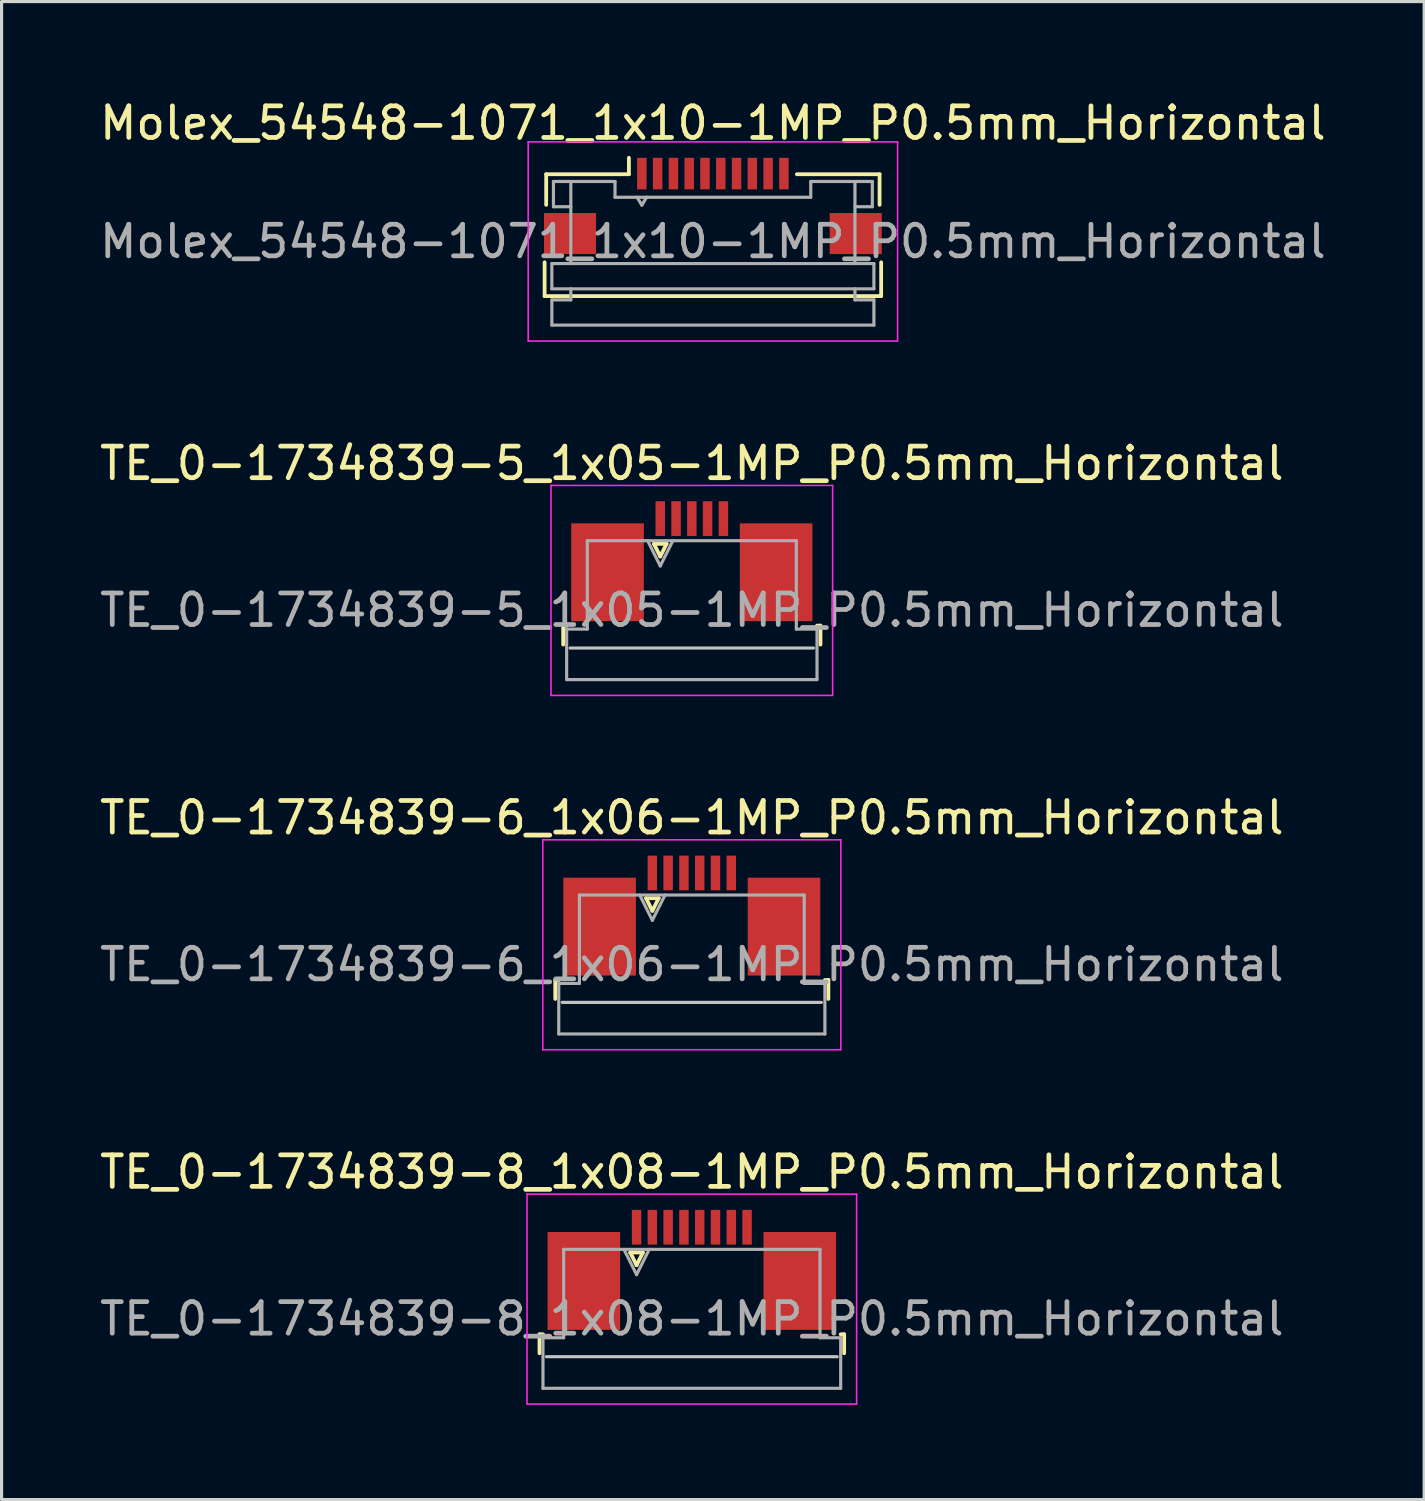
<source format=kicad_pcb>
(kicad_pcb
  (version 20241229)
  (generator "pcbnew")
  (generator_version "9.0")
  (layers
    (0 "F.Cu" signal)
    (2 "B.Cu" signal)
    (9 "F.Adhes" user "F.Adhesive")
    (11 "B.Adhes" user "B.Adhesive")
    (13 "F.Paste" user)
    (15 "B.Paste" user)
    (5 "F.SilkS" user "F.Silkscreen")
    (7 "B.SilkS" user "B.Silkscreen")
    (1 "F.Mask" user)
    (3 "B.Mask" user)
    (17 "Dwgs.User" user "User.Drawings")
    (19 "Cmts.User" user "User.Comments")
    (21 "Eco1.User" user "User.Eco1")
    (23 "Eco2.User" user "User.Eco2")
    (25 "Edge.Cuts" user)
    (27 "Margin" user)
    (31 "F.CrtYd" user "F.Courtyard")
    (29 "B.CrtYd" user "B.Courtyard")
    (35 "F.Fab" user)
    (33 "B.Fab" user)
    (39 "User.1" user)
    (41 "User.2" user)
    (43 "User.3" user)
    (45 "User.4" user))
  (footprint "Molex_54548-1071_1x10-1MP_P0.5mm_Horizontal"
    (layer "F.Cu")
    (at 19.53 3.473)
    (property "Reference" "Molex_54548-1071_1x10-1MP_P0.5mm_Horizontal" (at 0 -2.625 0) (layer "F.SilkS") (effects (font (size 1 1) (thickness 0.15))))
    (attr smd)
    (fp_line (start -5.33 1.785) (end -5.33 2.855) (stroke (width 0.12) (type solid)) (layer "F.SilkS"))
    (fp_line (start -5.33 2.855) (end 5.33 2.855) (stroke (width 0.12) (type solid)) (layer "F.SilkS"))
    (fp_line (start -5.28 -1.005) (end -5.28 -0.035) (stroke (width 0.12) (type solid)) (layer "F.SilkS"))
    (fp_line (start -2.66 -1.525) (end -2.66 -1.005) (stroke (width 0.12) (type solid)) (layer "F.SilkS"))
    (fp_line (start -2.66 -1.005) (end -5.28 -1.005) (stroke (width 0.12) (type solid)) (layer "F.SilkS"))
    (fp_line (start 5.28 -1.005) (end 2.66 -1.005) (stroke (width 0.12) (type solid)) (layer "F.SilkS"))
    (fp_line (start 5.28 -0.035) (end 5.28 -1.005) (stroke (width 0.12) (type solid)) (layer "F.SilkS"))
    (fp_line (start 5.33 2.855) (end 5.33 1.785) (stroke (width 0.12) (type solid)) (layer "F.SilkS"))
    (fp_line (start -5.85 -2.03) (end 5.85 -2.03) (stroke (width 0.05) (type solid)) (layer "F.CrtYd"))
    (fp_line (start -5.85 4.28) (end -5.85 -2.03) (stroke (width 0.05) (type solid)) (layer "F.CrtYd"))
    (fp_line (start 5.85 -2.03) (end 5.85 4.28) (stroke (width 0.05) (type solid)) (layer "F.CrtYd"))
    (fp_line (start 5.85 4.28) (end -5.85 4.28) (stroke (width 0.05) (type solid)) (layer "F.CrtYd"))
    (fp_line (start -5.1 1.825) (end -5.1 2.625) (stroke (width 0.1) (type solid)) (layer "F.Fab"))
    (fp_line (start -5.1 2.625) (end 5.1 2.625) (stroke (width 0.1) (type solid)) (layer "F.Fab"))
    (fp_line (start -5.1 2.975) (end -5.1 3.775) (stroke (width 0.1) (type solid)) (layer "F.Fab"))
    (fp_line (start -5.1 3.775) (end 5.1 3.775) (stroke (width 0.1) (type solid)) (layer "F.Fab"))
    (fp_line (start -5.05 -0.775) (end -5.05 0.025) (stroke (width 0.1) (type solid)) (layer "F.Fab"))
    (fp_line (start -5.05 -0.775) (end -3.1 -0.775) (stroke (width 0.1) (type solid)) (layer "F.Fab"))
    (fp_line (start -5.05 0.025) (end -4.5 0.025) (stroke (width 0.1) (type solid)) (layer "F.Fab"))
    (fp_line (start -4.5 1.825) (end -4.5 -0.775) (stroke (width 0.1) (type solid)) (layer "F.Fab"))
    (fp_line (start -4.5 2.625) (end -4.5 2.975) (stroke (width 0.1) (type solid)) (layer "F.Fab"))
    (fp_line (start -4.5 2.975) (end -5.1 2.975) (stroke (width 0.1) (type solid)) (layer "F.Fab"))
    (fp_line (start -3.1 -0.775) (end -3.1 -0.275) (stroke (width 0.1) (type solid)) (layer "F.Fab"))
    (fp_line (start -3.1 -0.275) (end 3.1 -0.275) (stroke (width 0.1) (type solid)) (layer "F.Fab"))
    (fp_line (start -2.4 -0.275) (end -2.25 -0.025) (stroke (width 0.1) (type solid)) (layer "F.Fab"))
    (fp_line (start -2.25 -0.025) (end -2.1 -0.275) (stroke (width 0.1) (type solid)) (layer "F.Fab"))
    (fp_line (start 3.1 -0.775) (end 5.05 -0.775) (stroke (width 0.1) (type solid)) (layer "F.Fab"))
    (fp_line (start 3.1 -0.275) (end 3.1 -0.775) (stroke (width 0.1) (type solid)) (layer "F.Fab"))
    (fp_line (start 4.5 -0.775) (end 4.5 1.825) (stroke (width 0.1) (type solid)) (layer "F.Fab"))
    (fp_line (start 4.5 2.975) (end 4.5 2.625) (stroke (width 0.1) (type solid)) (layer "F.Fab"))
    (fp_line (start 5.05 -0.775) (end 5.05 0.025) (stroke (width 0.1) (type solid)) (layer "F.Fab"))
    (fp_line (start 5.05 0.025) (end 4.5 0.025) (stroke (width 0.1) (type solid)) (layer "F.Fab"))
    (fp_line (start 5.1 1.825) (end -5.1 1.825) (stroke (width 0.1) (type solid)) (layer "F.Fab"))
    (fp_line (start 5.1 2.625) (end 5.1 1.825) (stroke (width 0.1) (type solid)) (layer "F.Fab"))
    (fp_line (start 5.1 2.975) (end 4.5 2.975) (stroke (width 0.1) (type solid)) (layer "F.Fab"))
    (fp_line (start 5.1 3.775) (end 5.1 2.975) (stroke (width 0.1) (type solid)) (layer "F.Fab"))
    (fp_text user "${REFERENCE}" (at 0 1.125 0) (layer "F.Fab") (effects (font (size 1 1) (thickness 0.15))))
    (pad "1" smd rect (at -2.25 -1.025) (size 0.3 1) (layers "F.Cu" "F.Mask" "F.Paste"))
    (pad "2" smd rect (at -1.75 -1.025) (size 0.3 1) (layers "F.Cu" "F.Mask" "F.Paste"))
    (pad "3" smd rect (at -1.25 -1.025) (size 0.3 1) (layers "F.Cu" "F.Mask" "F.Paste"))
    (pad "4" smd rect (at -0.75 -1.025) (size 0.3 1) (layers "F.Cu" "F.Mask" "F.Paste"))
    (pad "5" smd rect (at -0.25 -1.025) (size 0.3 1) (layers "F.Cu" "F.Mask" "F.Paste"))
    (pad "6" smd rect (at 0.25 -1.025) (size 0.3 1) (layers "F.Cu" "F.Mask" "F.Paste"))
    (pad "7" smd rect (at 0.75 -1.025) (size 0.3 1) (layers "F.Cu" "F.Mask" "F.Paste"))
    (pad "8" smd rect (at 1.25 -1.025) (size 0.3 1) (layers "F.Cu" "F.Mask" "F.Paste"))
    (pad "9" smd rect (at 1.75 -1.025) (size 0.3 1) (layers "F.Cu" "F.Mask" "F.Paste"))
    (pad "10" smd rect (at 2.25 -1.025) (size 0.3 1) (layers "F.Cu" "F.Mask" "F.Paste"))
    (pad "MP" smd rect (at -4.525 0.875) (size 1.65 1.3) (layers "F.Cu" "F.Mask" "F.Paste"))
    (pad "MP" smd rect (at 4.525 0.875) (size 1.65 1.3) (layers "F.Cu" "F.Mask" "F.Paste")))
  (footprint "TE_0-1734839-8_1x08-1MP_P0.5mm_Horizontal"
    (layer "F.Cu")
    (at 18.863 37.173)
    (property "Reference" "TE_0-1734839-8_1x08-1MP_P0.5mm_Horizontal" (at 0 -3.1 0) (layer "F.SilkS") (effects (font (size 1 1) (thickness 0.15))))
    (attr smd)
    (fp_line (start -4.825 2.04) (end -4.825 2.64) (stroke (width 0.12) (type solid)) (layer "F.SilkS"))
    (fp_line (start -4.715 2.04) (end -4.825 2.04) (stroke (width 0.12) (type solid)) (layer "F.SilkS"))
    (fp_line (start -1.95 -0.55) (end -1.75 -0.15) (stroke (width 0.12) (type solid)) (layer "F.SilkS"))
    (fp_line (start -1.75 -0.15) (end -1.55 -0.55) (stroke (width 0.12) (type solid)) (layer "F.SilkS"))
    (fp_line (start -1.55 -0.55) (end -1.95 -0.55) (stroke (width 0.12) (type solid)) (layer "F.SilkS"))
    (fp_line (start 4.715 2.04) (end 4.825 2.04) (stroke (width 0.12) (type solid)) (layer "F.SilkS"))
    (fp_line (start 4.825 2.04) (end 4.825 2.64) (stroke (width 0.12) (type solid)) (layer "F.SilkS"))
    (fp_line (start 4.605 2.75) (end -4.605 2.75) (stroke (width 0.1) (type solid)) (layer "Dwgs.User"))
    (fp_line (start -5.22 -2.4) (end -5.22 4.25) (stroke (width 0.05) (type solid)) (layer "F.CrtYd"))
    (fp_line (start -5.22 4.25) (end 5.22 4.25) (stroke (width 0.05) (type solid)) (layer "F.CrtYd"))
    (fp_line (start 5.22 -2.4) (end -5.22 -2.4) (stroke (width 0.05) (type solid)) (layer "F.CrtYd"))
    (fp_line (start 5.22 4.25) (end 5.22 -2.4) (stroke (width 0.05) (type solid)) (layer "F.CrtYd"))
    (fp_line (start -4.715 2.15) (end -4.06 2.15) (stroke (width 0.1) (type solid)) (layer "F.Fab"))
    (fp_line (start -4.715 3.75) (end -4.715 2.15) (stroke (width 0.1) (type solid)) (layer "F.Fab"))
    (fp_line (start -4.06 -0.65) (end 4.06 -0.65) (stroke (width 0.1) (type solid)) (layer "F.Fab"))
    (fp_line (start -4.06 2.15) (end -4.06 -0.65) (stroke (width 0.1) (type solid)) (layer "F.Fab"))
    (fp_line (start -2.15 -0.65) (end -1.75 0.15) (stroke (width 0.1) (type solid)) (layer "F.Fab"))
    (fp_line (start -1.75 0.15) (end -1.35 -0.65) (stroke (width 0.1) (type solid)) (layer "F.Fab"))
    (fp_line (start 4.06 -0.65) (end 4.06 2.15) (stroke (width 0.1) (type solid)) (layer "F.Fab"))
    (fp_line (start 4.06 2.15) (end 4.715 2.15) (stroke (width 0.1) (type solid)) (layer "F.Fab"))
    (fp_line (start 4.715 2.15) (end 4.715 3.75) (stroke (width 0.1) (type solid)) (layer "F.Fab"))
    (fp_line (start 4.715 3.75) (end -4.715 3.75) (stroke (width 0.1) (type solid)) (layer "F.Fab"))
    (fp_text user "${REFERENCE}" (at 0 1.55 0) (layer "F.Fab") (effects (font (size 1 1) (thickness 0.15))))
    (pad "1" smd rect (at -1.75 -1.35) (size 0.3 1.1) (layers "F.Cu" "F.Mask" "F.Paste"))
    (pad "2" smd rect (at -1.25 -1.35) (size 0.3 1.1) (layers "F.Cu" "F.Mask" "F.Paste"))
    (pad "3" smd rect (at -0.75 -1.35) (size 0.3 1.1) (layers "F.Cu" "F.Mask" "F.Paste"))
    (pad "4" smd rect (at -0.25 -1.35) (size 0.3 1.1) (layers "F.Cu" "F.Mask" "F.Paste"))
    (pad "5" smd rect (at 0.25 -1.35) (size 0.3 1.1) (layers "F.Cu" "F.Mask" "F.Paste"))
    (pad "6" smd rect (at 0.75 -1.35) (size 0.3 1.1) (layers "F.Cu" "F.Mask" "F.Paste"))
    (pad "7" smd rect (at 1.25 -1.35) (size 0.3 1.1) (layers "F.Cu" "F.Mask" "F.Paste"))
    (pad "8" smd rect (at 1.75 -1.35) (size 0.3 1.1) (layers "F.Cu" "F.Mask" "F.Paste"))
    (pad "MP" smd rect (at -3.42 0.35) (size 2.3 3.1) (layers "F.Cu" "F.Mask" "F.Paste"))
    (pad "MP" smd rect (at 3.42 0.35) (size 2.3 3.1) (layers "F.Cu" "F.Mask" "F.Paste")))
  (footprint "TE_0-1734839-6_1x06-1MP_P0.5mm_Horizontal"
    (layer "F.Cu")
    (at 18.863 25.95)
    (property "Reference" "TE_0-1734839-6_1x06-1MP_P0.5mm_Horizontal" (at 0 -3.1 0) (layer "F.SilkS") (effects (font (size 1 1) (thickness 0.15))))
    (attr smd)
    (fp_line (start -4.325 2.04) (end -4.325 2.64) (stroke (width 0.12) (type solid)) (layer "F.SilkS"))
    (fp_line (start -4.215 2.04) (end -4.325 2.04) (stroke (width 0.12) (type solid)) (layer "F.SilkS"))
    (fp_line (start -1.45 -0.55) (end -1.25 -0.15) (stroke (width 0.12) (type solid)) (layer "F.SilkS"))
    (fp_line (start -1.25 -0.15) (end -1.05 -0.55) (stroke (width 0.12) (type solid)) (layer "F.SilkS"))
    (fp_line (start -1.05 -0.55) (end -1.45 -0.55) (stroke (width 0.12) (type solid)) (layer "F.SilkS"))
    (fp_line (start 4.215 2.04) (end 4.325 2.04) (stroke (width 0.12) (type solid)) (layer "F.SilkS"))
    (fp_line (start 4.325 2.04) (end 4.325 2.64) (stroke (width 0.12) (type solid)) (layer "F.SilkS"))
    (fp_line (start 4.105 2.75) (end -4.105 2.75) (stroke (width 0.1) (type solid)) (layer "Dwgs.User"))
    (fp_line (start -4.72 -2.4) (end -4.72 4.25) (stroke (width 0.05) (type solid)) (layer "F.CrtYd"))
    (fp_line (start -4.72 4.25) (end 4.72 4.25) (stroke (width 0.05) (type solid)) (layer "F.CrtYd"))
    (fp_line (start 4.72 -2.4) (end -4.72 -2.4) (stroke (width 0.05) (type solid)) (layer "F.CrtYd"))
    (fp_line (start 4.72 4.25) (end 4.72 -2.4) (stroke (width 0.05) (type solid)) (layer "F.CrtYd"))
    (fp_line (start -4.215 2.15) (end -3.56 2.15) (stroke (width 0.1) (type solid)) (layer "F.Fab"))
    (fp_line (start -4.215 3.75) (end -4.215 2.15) (stroke (width 0.1) (type solid)) (layer "F.Fab"))
    (fp_line (start -3.56 -0.65) (end 3.56 -0.65) (stroke (width 0.1) (type solid)) (layer "F.Fab"))
    (fp_line (start -3.56 2.15) (end -3.56 -0.65) (stroke (width 0.1) (type solid)) (layer "F.Fab"))
    (fp_line (start -1.65 -0.65) (end -1.25 0.15) (stroke (width 0.1) (type solid)) (layer "F.Fab"))
    (fp_line (start -1.25 0.15) (end -0.85 -0.65) (stroke (width 0.1) (type solid)) (layer "F.Fab"))
    (fp_line (start 3.56 -0.65) (end 3.56 2.15) (stroke (width 0.1) (type solid)) (layer "F.Fab"))
    (fp_line (start 3.56 2.15) (end 4.215 2.15) (stroke (width 0.1) (type solid)) (layer "F.Fab"))
    (fp_line (start 4.215 2.15) (end 4.215 3.75) (stroke (width 0.1) (type solid)) (layer "F.Fab"))
    (fp_line (start 4.215 3.75) (end -4.215 3.75) (stroke (width 0.1) (type solid)) (layer "F.Fab"))
    (fp_text user "${REFERENCE}" (at 0 1.55 0) (layer "F.Fab") (effects (font (size 1 1) (thickness 0.15))))
    (pad "1" smd rect (at -1.25 -1.35) (size 0.3 1.1) (layers "F.Cu" "F.Mask" "F.Paste"))
    (pad "2" smd rect (at -0.75 -1.35) (size 0.3 1.1) (layers "F.Cu" "F.Mask" "F.Paste"))
    (pad "3" smd rect (at -0.25 -1.35) (size 0.3 1.1) (layers "F.Cu" "F.Mask" "F.Paste"))
    (pad "4" smd rect (at 0.25 -1.35) (size 0.3 1.1) (layers "F.Cu" "F.Mask" "F.Paste"))
    (pad "5" smd rect (at 0.75 -1.35) (size 0.3 1.1) (layers "F.Cu" "F.Mask" "F.Paste"))
    (pad "6" smd rect (at 1.25 -1.35) (size 0.3 1.1) (layers "F.Cu" "F.Mask" "F.Paste"))
    (pad "MP" smd rect (at -2.92 0.35) (size 2.3 3.1) (layers "F.Cu" "F.Mask" "F.Paste"))
    (pad "MP" smd rect (at 2.92 0.35) (size 2.3 3.1) (layers "F.Cu" "F.Mask" "F.Paste")))
  (footprint "TE_0-1734839-5_1x05-1MP_P0.5mm_Horizontal"
    (layer "F.Cu")
    (at 18.863 14.726)
    (property "Reference" "TE_0-1734839-5_1x05-1MP_P0.5mm_Horizontal" (at 0 -3.1 0) (layer "F.SilkS") (effects (font (size 1 1) (thickness 0.15))))
    (attr smd)
    (fp_line (start -4.075 2.04) (end -4.075 2.64) (stroke (width 0.12) (type solid)) (layer "F.SilkS"))
    (fp_line (start -3.965 2.04) (end -4.075 2.04) (stroke (width 0.12) (type solid)) (layer "F.SilkS"))
    (fp_line (start -1.2 -0.55) (end -1 -0.15) (stroke (width 0.12) (type solid)) (layer "F.SilkS"))
    (fp_line (start -1 -0.15) (end -0.8 -0.55) (stroke (width 0.12) (type solid)) (layer "F.SilkS"))
    (fp_line (start -0.8 -0.55) (end -1.2 -0.55) (stroke (width 0.12) (type solid)) (layer "F.SilkS"))
    (fp_line (start 3.965 2.04) (end 4.075 2.04) (stroke (width 0.12) (type solid)) (layer "F.SilkS"))
    (fp_line (start 4.075 2.04) (end 4.075 2.64) (stroke (width 0.12) (type solid)) (layer "F.SilkS"))
    (fp_line (start 3.855 2.75) (end -3.855 2.75) (stroke (width 0.1) (type solid)) (layer "Dwgs.User"))
    (fp_line (start -4.46 -2.4) (end -4.46 4.25) (stroke (width 0.05) (type solid)) (layer "F.CrtYd"))
    (fp_line (start -4.46 4.25) (end 4.46 4.25) (stroke (width 0.05) (type solid)) (layer "F.CrtYd"))
    (fp_line (start 4.46 -2.4) (end -4.46 -2.4) (stroke (width 0.05) (type solid)) (layer "F.CrtYd"))
    (fp_line (start 4.46 4.25) (end 4.46 -2.4) (stroke (width 0.05) (type solid)) (layer "F.CrtYd"))
    (fp_line (start -3.965 2.15) (end -3.31 2.15) (stroke (width 0.1) (type solid)) (layer "F.Fab"))
    (fp_line (start -3.965 3.75) (end -3.965 2.15) (stroke (width 0.1) (type solid)) (layer "F.Fab"))
    (fp_line (start -3.31 -0.65) (end 3.31 -0.65) (stroke (width 0.1) (type solid)) (layer "F.Fab"))
    (fp_line (start -3.31 2.15) (end -3.31 -0.65) (stroke (width 0.1) (type solid)) (layer "F.Fab"))
    (fp_line (start -1.4 -0.65) (end -1 0.15) (stroke (width 0.1) (type solid)) (layer "F.Fab"))
    (fp_line (start -1 0.15) (end -0.6 -0.65) (stroke (width 0.1) (type solid)) (layer "F.Fab"))
    (fp_line (start 3.31 -0.65) (end 3.31 2.15) (stroke (width 0.1) (type solid)) (layer "F.Fab"))
    (fp_line (start 3.31 2.15) (end 3.965 2.15) (stroke (width 0.1) (type solid)) (layer "F.Fab"))
    (fp_line (start 3.965 2.15) (end 3.965 3.75) (stroke (width 0.1) (type solid)) (layer "F.Fab"))
    (fp_line (start 3.965 3.75) (end -3.965 3.75) (stroke (width 0.1) (type solid)) (layer "F.Fab"))
    (fp_text user "${REFERENCE}" (at 0 1.55 0) (layer "F.Fab") (effects (font (size 1 1) (thickness 0.15))))
    (pad "1" smd rect (at -1 -1.35) (size 0.3 1.1) (layers "F.Cu" "F.Mask" "F.Paste"))
    (pad "2" smd rect (at -0.5 -1.35) (size 0.3 1.1) (layers "F.Cu" "F.Mask" "F.Paste"))
    (pad "3" smd rect (at 0 -1.35) (size 0.3 1.1) (layers "F.Cu" "F.Mask" "F.Paste"))
    (pad "4" smd rect (at 0.5 -1.35) (size 0.3 1.1) (layers "F.Cu" "F.Mask" "F.Paste"))
    (pad "5" smd rect (at 1 -1.35) (size 0.3 1.1) (layers "F.Cu" "F.Mask" "F.Paste"))
    (pad "MP" smd rect (at -2.67 0.35) (size 2.3 3.1) (layers "F.Cu" "F.Mask" "F.Paste"))
    (pad "MP" smd rect (at 2.67 0.35) (size 2.3 3.1) (layers "F.Cu" "F.Mask" "F.Paste")))
  (gr_rect
    (start -3 -3)
    (end 42.06 44.448)
    (stroke (width 0.1) (type default))
    (fill no)
    (layer "Edge.Cuts")))
</source>
